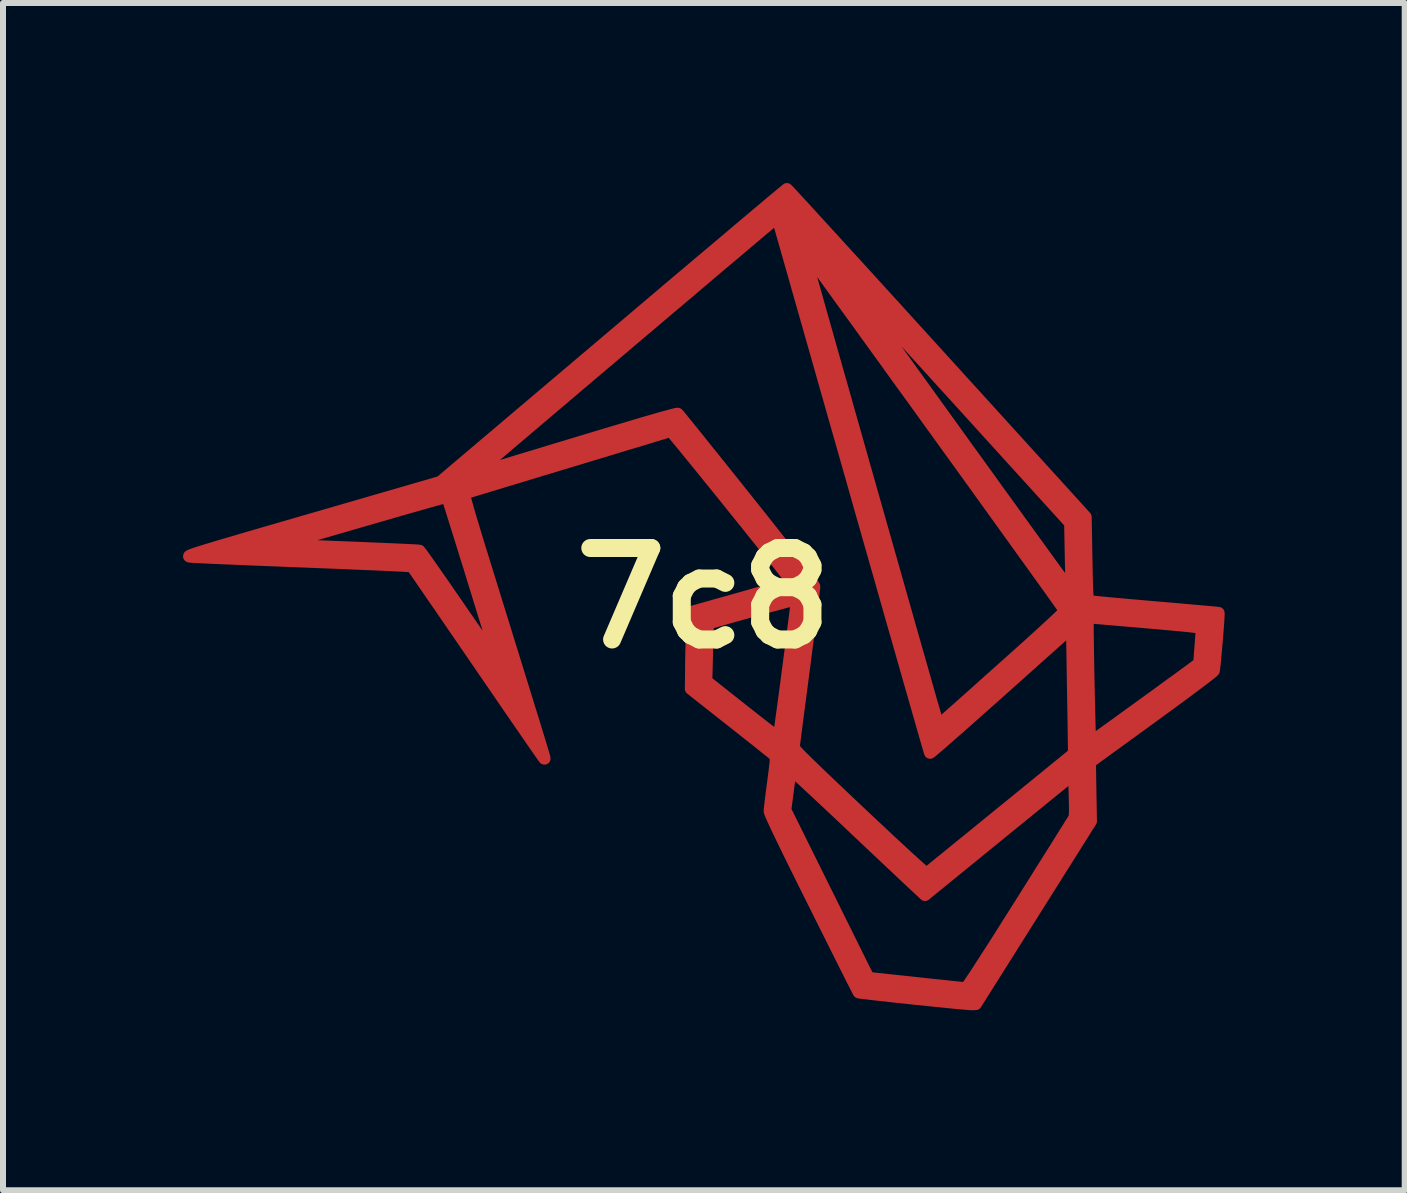
<source format=kicad_pcb>
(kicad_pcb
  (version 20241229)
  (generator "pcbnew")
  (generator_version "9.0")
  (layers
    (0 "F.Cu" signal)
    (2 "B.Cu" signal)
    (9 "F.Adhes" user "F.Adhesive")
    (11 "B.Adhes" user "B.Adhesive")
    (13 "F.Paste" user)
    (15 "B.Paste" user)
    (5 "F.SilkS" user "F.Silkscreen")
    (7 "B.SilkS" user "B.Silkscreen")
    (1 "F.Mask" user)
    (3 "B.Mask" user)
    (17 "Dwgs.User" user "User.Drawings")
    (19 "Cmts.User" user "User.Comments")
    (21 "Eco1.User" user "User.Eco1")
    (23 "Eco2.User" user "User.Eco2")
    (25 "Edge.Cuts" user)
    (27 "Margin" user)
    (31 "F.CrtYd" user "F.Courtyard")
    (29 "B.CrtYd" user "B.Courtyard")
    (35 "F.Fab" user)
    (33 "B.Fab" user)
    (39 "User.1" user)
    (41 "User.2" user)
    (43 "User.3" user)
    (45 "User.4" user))
  (footprint "7c8"
    (layer "F.Cu")
    (at 8.673 6.916)
    (property "Reference" "7c8" (at 0 0 0) (layer "F.SilkS") (effects (font (size 1.524 1.524) (thickness 0.3))))
    (attr through_hole)
    (fp_poly (pts (xy 1.402 -6.803) (xy 1.436 -6.767) (xy 1.491 -6.708) (xy 1.565 -6.627) (xy 1.659 -6.526) (xy 1.769 -6.405) (xy 1.896 -6.266) (xy 2.039 -6.11) (xy 2.196 -5.938) (xy 2.367 -5.751) (xy 2.55 -5.551) (xy 2.744 -5.338) (xy 2.949 -5.113) (xy 3.163 -4.878) (xy 3.385 -4.634) (xy 3.614 -4.382) (xy 3.849 -4.123) (xy 3.885 -4.084) (xy 6.367 -1.353) (xy 6.369 -1.248) (xy 6.37 -1.206) (xy 6.371 -1.135) (xy 6.373 -1.04) (xy 6.375 -0.925) (xy 6.377 -0.796) (xy 6.38 -0.657) (xy 6.382 -0.554) (xy 6.385 -0.383) (xy 6.389 -0.244) (xy 6.393 -0.135) (xy 6.397 -0.053) (xy 6.402 0.003) (xy 6.407 0.036) (xy 6.413 0.048) (xy 6.433 0.051) (xy 6.484 0.057) (xy 6.562 0.066) (xy 6.666 0.076) (xy 6.792 0.088) (xy 6.937 0.101) (xy 7.099 0.116) (xy 7.274 0.131) (xy 7.459 0.147) (xy 7.505 0.151) (xy 7.692 0.167) (xy 7.869 0.182) (xy 8.032 0.197) (xy 8.18 0.21) (xy 8.309 0.221) (xy 8.417 0.231) (xy 8.5 0.238) (xy 8.556 0.244) (xy 8.581 0.247) (xy 8.582 0.247) (xy 8.583 0.265) (xy 8.581 0.311) (xy 8.577 0.381) (xy 8.571 0.469) (xy 8.563 0.569) (xy 8.554 0.678) (xy 8.545 0.788) (xy 8.535 0.896) (xy 8.526 0.996) (xy 8.518 1.083) (xy 8.51 1.152) (xy 8.504 1.197) (xy 8.501 1.212) (xy 8.485 1.227) (xy 8.445 1.261) (xy 8.38 1.311) (xy 8.295 1.376) (xy 8.191 1.454) (xy 8.071 1.544) (xy 7.936 1.644) (xy 7.789 1.752) (xy 7.631 1.867) (xy 7.466 1.988) (xy 7.463 1.99) (xy 6.438 2.734) (xy 6.446 3.225) (xy 6.455 3.717) (xy 5.496 5.241) (xy 4.536 6.765) (xy 4.474 6.767) (xy 4.445 6.766) (xy 4.387 6.761) (xy 4.301 6.754) (xy 4.191 6.744) (xy 4.062 6.731) (xy 3.915 6.716) (xy 3.755 6.7) (xy 3.585 6.682) (xy 3.502 6.674) (xy 3.33 6.655) (xy 3.168 6.638) (xy 3.02 6.621) (xy 2.889 6.607) (xy 2.777 6.594) (xy 2.688 6.583) (xy 2.624 6.576) (xy 2.59 6.571) (xy 2.585 6.569) (xy 2.576 6.553) (xy 2.554 6.509) (xy 2.518 6.439) (xy 2.47 6.345) (xy 2.412 6.228) (xy 2.343 6.092) (xy 2.266 5.937) (xy 2.181 5.767) (xy 2.089 5.583) (xy 1.991 5.388) (xy 1.889 5.182) (xy 1.839 5.083) (xy 1.702 4.808) (xy 1.58 4.562) (xy 1.472 4.345) (xy 1.38 4.155) (xy 1.301 3.993) (xy 1.235 3.857) (xy 1.184 3.747) (xy 1.145 3.662) (xy 1.118 3.601) (xy 1.104 3.563) (xy 1.101 3.55) (xy 1.103 3.531) (xy 1.362 3.531) (xy 2.054 4.927) (xy 2.155 5.131) (xy 2.251 5.325) (xy 2.342 5.508) (xy 2.426 5.678) (xy 2.503 5.834) (xy 2.571 5.971) (xy 2.63 6.09) (xy 2.678 6.187) (xy 2.715 6.26) (xy 2.739 6.307) (xy 2.748 6.327) (xy 2.749 6.327) (xy 2.765 6.329) (xy 2.812 6.335) (xy 2.884 6.343) (xy 2.978 6.353) (xy 3.089 6.365) (xy 3.215 6.379) (xy 3.35 6.393) (xy 3.491 6.408) (xy 3.634 6.424) (xy 3.775 6.439) (xy 3.91 6.453) (xy 4.035 6.466) (xy 4.146 6.478) (xy 4.239 6.488) (xy 4.31 6.495) (xy 4.355 6.499) (xy 4.369 6.5) (xy 4.382 6.486) (xy 4.413 6.444) (xy 4.46 6.375) (xy 4.524 6.28) (xy 4.603 6.158) (xy 4.697 6.012) (xy 4.807 5.842) (xy 4.93 5.649) (xy 5.066 5.433) (xy 5.216 5.196) (xy 5.275 5.103) (xy 5.4 4.904) (xy 5.52 4.713) (xy 5.633 4.532) (xy 5.74 4.362) (xy 5.838 4.207) (xy 5.926 4.066) (xy 6.002 3.944) (xy 6.067 3.841) (xy 6.117 3.76) (xy 6.153 3.703) (xy 6.172 3.671) (xy 6.176 3.666) (xy 6.183 3.642) (xy 6.187 3.6) (xy 6.189 3.534) (xy 6.188 3.443) (xy 6.185 3.323) (xy 6.184 3.278) (xy 6.172 2.926) (xy 4.931 3.936) (xy 3.69 4.947) (xy 3.509 4.778) (xy 3.467 4.739) (xy 3.402 4.678) (xy 3.318 4.599) (xy 3.217 4.503) (xy 3.1 4.394) (xy 2.971 4.272) (xy 2.832 4.141) (xy 2.685 4.002) (xy 2.533 3.859) (xy 2.396 3.729) (xy 2.247 3.588) (xy 2.105 3.455) (xy 1.972 3.33) (xy 1.85 3.216) (xy 1.741 3.115) (xy 1.647 3.027) (xy 1.57 2.956) (xy 1.511 2.902) (xy 1.473 2.869) (xy 1.458 2.856) (xy 1.457 2.856) (xy 1.453 2.874) (xy 1.445 2.92) (xy 1.435 2.99) (xy 1.422 3.078) (xy 1.408 3.179) (xy 1.406 3.197) (xy 1.362 3.531) (xy 1.103 3.531) (xy 1.104 3.519) (xy 1.11 3.459) (xy 1.12 3.377) (xy 1.132 3.277) (xy 1.147 3.164) (xy 1.159 3.073) (xy 1.176 2.941) (xy 1.189 2.838) (xy 1.198 2.761) (xy 1.202 2.706) (xy 1.203 2.668) (xy 1.201 2.643) (xy 1.195 2.629) (xy 1.191 2.625) (xy 1.174 2.61) (xy 1.132 2.575) (xy 1.069 2.525) (xy 0.987 2.459) (xy 0.889 2.381) (xy 0.777 2.292) (xy 0.654 2.195) (xy 0.523 2.091) (xy 0.478 2.056) (xy -0.212 1.512) (xy -0.21 1.383) (xy 0.046 1.383) (xy 0.645 1.857) (xy 0.787 1.969) (xy 0.904 2.061) (xy 1 2.136) (xy 1.076 2.195) (xy 1.135 2.239) (xy 1.179 2.27) (xy 1.21 2.29) (xy 1.231 2.3) (xy 1.245 2.302) (xy 1.252 2.298) (xy 1.256 2.29) (xy 1.257 2.287) (xy 1.262 2.263) (xy 1.27 2.209) (xy 1.282 2.126) (xy 1.296 2.019) (xy 1.314 1.89) (xy 1.334 1.742) (xy 1.356 1.578) (xy 1.38 1.4) (xy 1.404 1.213) (xy 1.414 1.139) (xy 1.439 0.949) (xy 1.462 0.769) (xy 1.484 0.602) (xy 1.503 0.45) (xy 1.52 0.317) (xy 1.535 0.205) (xy 1.546 0.117) (xy 1.554 0.055) (xy 1.557 0.023) (xy 1.558 0.02) (xy 1.542 0.022) (xy 1.498 0.032) (xy 1.429 0.05) (xy 1.339 0.073) (xy 1.233 0.102) (xy 1.113 0.134) (xy 0.985 0.168) (xy 0.852 0.205) (xy 0.717 0.242) (xy 0.586 0.278) (xy 0.461 0.313) (xy 0.348 0.345) (xy 0.249 0.374) (xy 0.168 0.397) (xy 0.111 0.415) (xy 0.079 0.425) (xy 0.075 0.427) (xy 0.073 0.445) (xy 0.071 0.492) (xy 0.068 0.564) (xy 0.065 0.657) (xy 0.062 0.767) (xy 0.058 0.889) (xy 0.058 0.908) (xy 0.046 1.383) (xy -0.21 1.383) (xy -0.208 1.192) (xy -0.207 1.06) (xy -0.204 0.909) (xy -0.2 0.754) (xy -0.196 0.61) (xy -0.194 0.548) (xy -0.183 0.225) (xy 0.654 -0.01) (xy 0.815 -0.056) (xy 0.966 -0.099) (xy 1.104 -0.139) (xy 1.225 -0.175) (xy 1.327 -0.205) (xy 1.406 -0.229) (xy 1.459 -0.247) (xy 1.484 -0.256) (xy 1.486 -0.257) (xy 1.474 -0.275) (xy 1.442 -0.317) (xy 1.393 -0.38) (xy 1.328 -0.463) (xy 1.25 -0.563) (xy 1.159 -0.677) (xy 1.057 -0.805) (xy 0.947 -0.943) (xy 0.83 -1.089) (xy 0.708 -1.242) (xy 0.582 -1.398) (xy 0.455 -1.556) (xy 0.328 -1.714) (xy 0.203 -1.869) (xy 0.081 -2.019) (xy -0.034 -2.162) (xy -0.143 -2.295) (xy -0.242 -2.417) (xy -0.331 -2.526) (xy -0.407 -2.618) (xy -0.468 -2.692) (xy -0.513 -2.746) (xy -0.541 -2.777) (xy -0.548 -2.785) (xy -0.567 -2.779) (xy -0.616 -2.764) (xy -0.692 -2.741) (xy -0.795 -2.71) (xy -0.922 -2.671) (xy -1.07 -2.626) (xy -1.238 -2.576) (xy -1.423 -2.52) (xy -1.623 -2.459) (xy -1.836 -2.395) (xy -2.059 -2.327) (xy -2.252 -2.269) (xy -2.484 -2.199) (xy -2.707 -2.132) (xy -2.919 -2.067) (xy -3.117 -2.007) (xy -3.301 -1.952) (xy -3.467 -1.901) (xy -3.613 -1.857) (xy -3.738 -1.819) (xy -3.838 -1.789) (xy -3.913 -1.766) (xy -3.958 -1.752) (xy -3.973 -1.748) (xy -3.978 -1.745) (xy -3.981 -1.74) (xy -3.983 -1.73) (xy -3.982 -1.715) (xy -3.979 -1.692) (xy -3.972 -1.659) (xy -3.961 -1.616) (xy -3.946 -1.561) (xy -3.927 -1.491) (xy -3.902 -1.406) (xy -3.872 -1.304) (xy -3.835 -1.182) (xy -3.792 -1.04) (xy -3.742 -0.876) (xy -3.684 -0.688) (xy -3.618 -0.475) (xy -3.543 -0.234) (xy -3.46 0.035) (xy -3.367 0.335) (xy -3.342 0.415) (xy -3.244 0.732) (xy -3.155 1.019) (xy -3.075 1.277) (xy -3.004 1.506) (xy -2.941 1.71) (xy -2.886 1.889) (xy -2.837 2.044) (xy -2.796 2.179) (xy -2.761 2.293) (xy -2.732 2.389) (xy -2.708 2.468) (xy -2.689 2.531) (xy -2.674 2.581) (xy -2.663 2.618) (xy -2.656 2.645) (xy -2.652 2.662) (xy -2.65 2.672) (xy -2.65 2.675) (xy -2.653 2.674) (xy -2.656 2.67) (xy -2.66 2.665) (xy -2.664 2.659) (xy -2.665 2.657) (xy -2.678 2.64) (xy -2.708 2.597) (xy -2.755 2.53) (xy -2.817 2.44) (xy -2.894 2.329) (xy -2.983 2.2) (xy -3.084 2.053) (xy -3.196 1.891) (xy -3.317 1.715) (xy -3.445 1.527) (xy -3.581 1.33) (xy -3.722 1.124) (xy -3.767 1.058) (xy -3.909 0.851) (xy -4.046 0.651) (xy -4.177 0.461) (xy -4.299 0.282) (xy -4.413 0.116) (xy -4.517 -0.034) (xy -4.609 -0.169) (xy -4.689 -0.284) (xy -4.754 -0.38) (xy -4.805 -0.453) (xy -4.839 -0.503) (xy -4.856 -0.527) (xy -4.858 -0.529) (xy -4.876 -0.531) (xy -4.926 -0.534) (xy -5.005 -0.539) (xy -5.111 -0.544) (xy -5.242 -0.551) (xy -5.397 -0.558) (xy -5.571 -0.565) (xy -5.764 -0.573) (xy -5.974 -0.582) (xy -6.197 -0.591) (xy -6.431 -0.6) (xy -6.672 -0.61) (xy -6.918 -0.619) (xy -7.156 -0.629) (xy -7.382 -0.638) (xy -7.596 -0.646) (xy -7.795 -0.655) (xy -7.975 -0.662) (xy -8.136 -0.669) (xy -8.274 -0.675) (xy -8.388 -0.681) (xy -8.475 -0.685) (xy -8.532 -0.689) (xy -8.557 -0.691) (xy -8.568 -0.693) (xy -8.573 -0.696) (xy -8.571 -0.701) (xy -8.562 -0.707) (xy -8.542 -0.716) (xy -8.511 -0.728) (xy -8.467 -0.743) (xy -8.409 -0.762) (xy -8.335 -0.785) (xy -8.243 -0.813) (xy -8.132 -0.847) (xy -8 -0.886) (xy -7.99 -0.889) (xy -7.053 -0.889) (xy -5.904 -0.844) (xy -5.71 -0.836) (xy -5.525 -0.828) (xy -5.353 -0.821) (xy -5.196 -0.814) (xy -5.057 -0.808) (xy -4.94 -0.802) (xy -4.846 -0.798) (xy -4.779 -0.794) (xy -4.742 -0.791) (xy -4.734 -0.79) (xy -4.722 -0.775) (xy -4.691 -0.735) (xy -4.645 -0.671) (xy -4.585 -0.586) (xy -4.512 -0.482) (xy -4.428 -0.361) (xy -4.334 -0.227) (xy -4.233 -0.08) (xy -4.125 0.076) (xy -4.063 0.166) (xy -3.953 0.326) (xy -3.849 0.477) (xy -3.752 0.618) (xy -3.664 0.745) (xy -3.586 0.857) (xy -3.521 0.951) (xy -3.469 1.026) (xy -3.431 1.078) (xy -3.411 1.106) (xy -3.407 1.11) (xy -3.411 1.093) (xy -3.425 1.047) (xy -3.447 0.973) (xy -3.477 0.873) (xy -3.514 0.751) (xy -3.558 0.608) (xy -3.607 0.446) (xy -3.662 0.269) (xy -3.721 0.078) (xy -3.783 -0.124) (xy -3.834 -0.287) (xy -3.898 -0.497) (xy -3.961 -0.697) (xy -4.019 -0.885) (xy -4.073 -1.059) (xy -4.123 -1.217) (xy -4.166 -1.356) (xy -4.203 -1.473) (xy -4.233 -1.568) (xy -4.255 -1.636) (xy -4.268 -1.677) (xy -4.272 -1.687) (xy -4.289 -1.683) (xy -4.336 -1.671) (xy -4.411 -1.651) (xy -4.511 -1.623) (xy -4.635 -1.588) (xy -4.779 -1.547) (xy -4.941 -1.501) (xy -5.119 -1.45) (xy -5.311 -1.394) (xy -5.513 -1.336) (xy -5.666 -1.292) (xy -7.053 -0.889) (xy -7.99 -0.889) (xy -7.845 -0.931) (xy -7.667 -0.984) (xy -7.464 -1.043) (xy -7.233 -1.11) (xy -6.974 -1.185) (xy -6.685 -1.269) (xy -6.512 -1.319) (xy -4.384 -1.936) (xy -4.221 -2.075) (xy -3.803 -2.075) (xy -3.802 -2.07) (xy -3.802 -2.07) (xy -3.783 -2.076) (xy -3.735 -2.091) (xy -3.658 -2.115) (xy -3.556 -2.146) (xy -3.43 -2.185) (xy -3.282 -2.23) (xy -3.115 -2.281) (xy -2.93 -2.337) (xy -2.731 -2.397) (xy -2.518 -2.462) (xy -2.295 -2.529) (xy -2.118 -2.583) (xy -1.806 -2.677) (xy -1.526 -2.761) (xy -1.277 -2.835) (xy -1.06 -2.9) (xy -0.875 -2.954) (xy -0.722 -2.998) (xy -0.601 -3.031) (xy -0.512 -3.055) (xy -0.455 -3.069) (xy -0.431 -3.072) (xy -0.43 -3.072) (xy -0.416 -3.057) (xy -0.383 -3.017) (xy -0.332 -2.954) (xy -0.264 -2.87) (xy -0.18 -2.766) (xy -0.082 -2.645) (xy 0.028 -2.507) (xy 0.15 -2.356) (xy 0.282 -2.191) (xy 0.422 -2.016) (xy 0.569 -1.832) (xy 0.719 -1.644) (xy 0.917 -1.396) (xy 1.094 -1.173) (xy 1.25 -0.975) (xy 1.387 -0.802) (xy 1.505 -0.651) (xy 1.605 -0.523) (xy 1.686 -0.417) (xy 1.75 -0.332) (xy 1.797 -0.268) (xy 1.828 -0.223) (xy 1.844 -0.196) (xy 1.846 -0.19) (xy 1.844 -0.167) (xy 1.837 -0.113) (xy 1.827 -0.031) (xy 1.814 0.077) (xy 1.797 0.208) (xy 1.778 0.359) (xy 1.757 0.527) (xy 1.733 0.711) (xy 1.707 0.906) (xy 1.681 1.111) (xy 1.676 1.149) (xy 1.649 1.356) (xy 1.623 1.553) (xy 1.599 1.739) (xy 1.576 1.91) (xy 1.556 2.064) (xy 1.539 2.198) (xy 1.524 2.31) (xy 1.513 2.396) (xy 1.506 2.455) (xy 1.502 2.484) (xy 1.502 2.485) (xy 1.506 2.496) (xy 1.519 2.515) (xy 1.543 2.544) (xy 1.579 2.583) (xy 1.629 2.634) (xy 1.693 2.698) (xy 1.774 2.777) (xy 1.872 2.872) (xy 1.988 2.984) (xy 2.125 3.114) (xy 2.283 3.264) (xy 2.463 3.435) (xy 2.599 3.563) (xy 2.777 3.731) (xy 2.944 3.887) (xy 3.098 4.032) (xy 3.239 4.162) (xy 3.364 4.278) (xy 3.473 4.377) (xy 3.563 4.459) (xy 3.634 4.522) (xy 3.684 4.565) (xy 3.712 4.587) (xy 3.717 4.589) (xy 3.732 4.576) (xy 3.772 4.544) (xy 3.834 4.493) (xy 3.917 4.426) (xy 4.019 4.343) (xy 4.138 4.246) (xy 4.272 4.137) (xy 4.419 4.018) (xy 4.577 3.889) (xy 4.745 3.752) (xy 4.921 3.609) (xy 4.953 3.583) (xy 6.172 2.59) (xy 6.166 2.129) (xy 6.164 1.992) (xy 6.161 1.83) (xy 6.158 1.652) (xy 6.155 1.468) (xy 6.152 1.286) (xy 6.149 1.115) (xy 6.149 1.076) (xy 6.139 0.532) (xy 6.401 0.532) (xy 6.402 0.631) (xy 6.404 0.756) (xy 6.406 0.91) (xy 6.407 0.961) (xy 6.41 1.127) (xy 6.413 1.302) (xy 6.417 1.477) (xy 6.42 1.646) (xy 6.424 1.801) (xy 6.427 1.934) (xy 6.429 2.003) (xy 6.439 2.406) (xy 6.478 2.38) (xy 6.499 2.366) (xy 6.544 2.333) (xy 6.612 2.284) (xy 6.699 2.221) (xy 6.804 2.146) (xy 6.924 2.059) (xy 7.055 1.964) (xy 7.196 1.862) (xy 7.327 1.767) (xy 7.475 1.66) (xy 7.617 1.557) (xy 7.749 1.46) (xy 7.87 1.373) (xy 7.975 1.296) (xy 8.064 1.231) (xy 8.132 1.181) (xy 8.178 1.147) (xy 8.198 1.132) (xy 8.259 1.084) (xy 8.28 0.809) (xy 8.287 0.714) (xy 8.293 0.631) (xy 8.298 0.564) (xy 8.302 0.521) (xy 8.303 0.509) (xy 8.299 0.503) (xy 8.283 0.497) (xy 8.254 0.491) (xy 8.209 0.483) (xy 8.146 0.475) (xy 8.061 0.466) (xy 7.954 0.455) (xy 7.82 0.443) (xy 7.659 0.428) (xy 7.467 0.411) (xy 7.383 0.404) (xy 7.209 0.389) (xy 7.044 0.375) (xy 6.892 0.362) (xy 6.757 0.35) (xy 6.64 0.34) (xy 6.546 0.332) (xy 6.477 0.326) (xy 6.437 0.323) (xy 6.428 0.323) (xy 6.42 0.324) (xy 6.414 0.329) (xy 6.409 0.342) (xy 6.405 0.365) (xy 6.403 0.403) (xy 6.401 0.457) (xy 6.401 0.532) (xy 6.139 0.532) (xy 6.138 0.485) (xy 4.961 1.537) (xy 4.791 1.688) (xy 4.628 1.833) (xy 4.474 1.97) (xy 4.331 2.097) (xy 4.2 2.212) (xy 4.083 2.314) (xy 3.983 2.402) (xy 3.9 2.474) (xy 3.836 2.528) (xy 3.794 2.563) (xy 3.775 2.577) (xy 3.774 2.577) (xy 3.769 2.56) (xy 3.754 2.512) (xy 3.731 2.433) (xy 3.7 2.326) (xy 3.662 2.192) (xy 3.616 2.032) (xy 3.563 1.847) (xy 3.503 1.639) (xy 3.437 1.409) (xy 3.366 1.159) (xy 3.289 0.889) (xy 3.206 0.6) (xy 3.119 0.296) (xy 3.028 -0.024) (xy 2.933 -0.359) (xy 2.834 -0.706) (xy 2.732 -1.064) (xy 2.627 -1.432) (xy 2.52 -1.809) (xy 2.498 -1.888) (xy 2.39 -2.267) (xy 2.285 -2.637) (xy 2.182 -2.997) (xy 2.083 -3.346) (xy 1.987 -3.683) (xy 1.896 -4.006) (xy 1.808 -4.313) (xy 1.725 -4.605) (xy 1.647 -4.878) (xy 1.575 -5.132) (xy 1.509 -5.366) (xy 1.448 -5.578) (xy 1.394 -5.768) (xy 1.37 -5.854) (xy 1.649 -5.854) (xy 1.653 -5.837) (xy 1.666 -5.79) (xy 1.687 -5.714) (xy 1.716 -5.61) (xy 1.753 -5.48) (xy 1.796 -5.327) (xy 1.846 -5.151) (xy 1.901 -4.954) (xy 1.962 -4.738) (xy 2.028 -4.506) (xy 2.098 -4.257) (xy 2.172 -3.995) (xy 2.25 -3.721) (xy 2.331 -3.436) (xy 2.414 -3.142) (xy 2.499 -2.842) (xy 2.586 -2.536) (xy 2.673 -2.227) (xy 2.762 -1.915) (xy 2.85 -1.604) (xy 2.938 -1.294) (xy 3.025 -0.987) (xy 3.111 -0.685) (xy 3.195 -0.39) (xy 3.276 -0.103) (xy 3.355 0.174) (xy 3.43 0.44) (xy 3.502 0.692) (xy 3.569 0.928) (xy 3.632 1.148) (xy 3.689 1.349) (xy 3.741 1.531) (xy 3.786 1.69) (xy 3.825 1.825) (xy 3.857 1.935) (xy 3.881 2.018) (xy 3.896 2.073) (xy 3.904 2.097) (xy 3.904 2.097) (xy 3.905 2.102) (xy 3.905 2.107) (xy 3.907 2.11) (xy 3.911 2.11) (xy 3.92 2.106) (xy 3.934 2.096) (xy 3.956 2.079) (xy 3.987 2.053) (xy 4.028 2.018) (xy 4.081 1.972) (xy 4.147 1.913) (xy 4.229 1.841) (xy 4.328 1.753) (xy 4.445 1.649) (xy 4.581 1.527) (xy 4.739 1.385) (xy 4.92 1.224) (xy 5.021 1.134) (xy 5.23 0.947) (xy 5.416 0.78) (xy 5.577 0.634) (xy 5.713 0.509) (xy 5.825 0.406) (xy 5.912 0.324) (xy 5.974 0.264) (xy 6.01 0.225) (xy 6.021 0.209) (xy 6.021 0.209) (xy 6.01 0.193) (xy 5.981 0.151) (xy 5.934 0.085) (xy 5.871 -0.004) (xy 5.792 -0.115) (xy 5.699 -0.245) (xy 5.592 -0.393) (xy 5.474 -0.558) (xy 5.344 -0.738) (xy 5.205 -0.932) (xy 5.056 -1.139) (xy 4.9 -1.356) (xy 4.737 -1.582) (xy 4.569 -1.816) (xy 4.396 -2.056) (xy 4.22 -2.3) (xy 4.041 -2.548) (xy 3.861 -2.798) (xy 3.681 -3.047) (xy 3.502 -3.296) (xy 3.324 -3.541) (xy 3.15 -3.782) (xy 2.981 -4.017) (xy 2.816 -4.245) (xy 2.658 -4.464) (xy 2.507 -4.673) (xy 2.365 -4.869) (xy 2.232 -5.052) (xy 2.111 -5.22) (xy 2.001 -5.372) (xy 1.905 -5.503) (xy 2.239 -5.503) (xy 2.24 -5.501) (xy 2.244 -5.494) (xy 2.252 -5.482) (xy 2.265 -5.463) (xy 2.283 -5.437) (xy 2.307 -5.402) (xy 2.339 -5.358) (xy 2.378 -5.303) (xy 2.426 -5.236) (xy 2.483 -5.156) (xy 2.55 -5.063) (xy 2.628 -4.955) (xy 2.717 -4.83) (xy 2.819 -4.689) (xy 2.934 -4.529) (xy 3.062 -4.351) (xy 3.205 -4.152) (xy 3.364 -3.932) (xy 3.538 -3.69) (xy 3.73 -3.424) (xy 3.939 -3.134) (xy 4.166 -2.819) (xy 4.394 -2.502) (xy 4.578 -2.248) (xy 4.756 -2.001) (xy 4.927 -1.763) (xy 5.092 -1.536) (xy 5.247 -1.32) (xy 5.394 -1.117) (xy 5.53 -0.929) (xy 5.655 -0.757) (xy 5.767 -0.602) (xy 5.866 -0.465) (xy 5.951 -0.349) (xy 6.02 -0.254) (xy 6.073 -0.182) (xy 6.108 -0.134) (xy 6.125 -0.112) (xy 6.126 -0.11) (xy 6.127 -0.127) (xy 6.127 -0.174) (xy 6.127 -0.248) (xy 6.125 -0.343) (xy 6.124 -0.456) (xy 6.121 -0.583) (xy 6.119 -0.683) (xy 6.108 -1.251) (xy 4.196 -3.356) (xy 3.988 -3.584) (xy 3.787 -3.806) (xy 3.592 -4.02) (xy 3.406 -4.225) (xy 3.229 -4.419) (xy 3.063 -4.602) (xy 2.909 -4.771) (xy 2.768 -4.926) (xy 2.642 -5.065) (xy 2.53 -5.187) (xy 2.436 -5.291) (xy 2.359 -5.375) (xy 2.302 -5.438) (xy 2.265 -5.478) (xy 2.249 -5.495) (xy 2.249 -5.495) (xy 2.245 -5.499) (xy 2.241 -5.502) (xy 2.239 -5.503) (xy 1.905 -5.503) (xy 1.904 -5.506) (xy 1.82 -5.62) (xy 1.752 -5.714) (xy 1.701 -5.784) (xy 1.666 -5.831) (xy 1.65 -5.853) (xy 1.649 -5.854) (xy 1.37 -5.854) (xy 1.347 -5.932) (xy 1.308 -6.071) (xy 1.276 -6.183) (xy 1.252 -6.267) (xy 1.236 -6.321) (xy 1.23 -6.344) (xy 1.229 -6.345) (xy 1.216 -6.334) (xy 1.179 -6.304) (xy 1.119 -6.253) (xy 1.038 -6.185) (xy 0.936 -6.1) (xy 0.817 -5.999) (xy 0.681 -5.884) (xy 0.53 -5.756) (xy 0.365 -5.617) (xy 0.187 -5.467) (xy -0.000415 -5.308) (xy -0.197 -5.141) (xy -0.402 -4.968) (xy -0.613 -4.79) (xy -0.828 -4.607) (xy -1.047 -4.422) (xy -1.267 -4.236) (xy -1.487 -4.049) (xy -1.706 -3.864) (xy -1.922 -3.681) (xy -2.133 -3.502) (xy -2.339 -3.327) (xy -2.536 -3.16) (xy -2.725 -2.999) (xy -2.904 -2.848) (xy -3.07 -2.707) (xy -3.223 -2.577) (xy -3.36 -2.46) (xy -3.481 -2.357) (xy -3.584 -2.269) (xy -3.667 -2.198) (xy -3.73 -2.145) (xy -3.769 -2.11) (xy -3.785 -2.097) (xy -3.803 -2.075) (xy -4.221 -2.075) (xy -1.504 -4.376) (xy -1.233 -4.605) (xy -0.969 -4.829) (xy -0.713 -5.046) (xy -0.466 -5.255) (xy -0.229 -5.455) (xy -0.003 -5.646) (xy 0.21 -5.825) (xy 0.409 -5.993) (xy 0.593 -6.149) (xy 0.761 -6.29) (xy 0.911 -6.417) (xy 1.044 -6.528) (xy 1.156 -6.623) (xy 1.248 -6.699) (xy 1.318 -6.758) (xy 1.365 -6.796) (xy 1.387 -6.814) (xy 1.389 -6.816) (xy 1.402 -6.803)) (stroke (width 0.2) (type solid)) (fill yes) (layer "F.Cu"))
    (fp_poly (pts (xy 1.402 -6.803) (xy 1.436 -6.767) (xy 1.491 -6.708) (xy 1.565 -6.627) (xy 1.659 -6.526) (xy 1.769 -6.405) (xy 1.896 -6.266) (xy 2.039 -6.11) (xy 2.196 -5.938) (xy 2.367 -5.751) (xy 2.55 -5.551) (xy 2.744 -5.338) (xy 2.949 -5.113) (xy 3.163 -4.878) (xy 3.385 -4.634) (xy 3.614 -4.382) (xy 3.849 -4.123) (xy 3.885 -4.084) (xy 6.367 -1.353) (xy 6.369 -1.248) (xy 6.37 -1.206) (xy 6.371 -1.135) (xy 6.373 -1.04) (xy 6.375 -0.925) (xy 6.377 -0.796) (xy 6.38 -0.657) (xy 6.382 -0.554) (xy 6.385 -0.383) (xy 6.389 -0.244) (xy 6.393 -0.135) (xy 6.397 -0.053) (xy 6.402 0.003) (xy 6.407 0.036) (xy 6.413 0.048) (xy 6.433 0.051) (xy 6.484 0.057) (xy 6.562 0.066) (xy 6.666 0.076) (xy 6.792 0.088) (xy 6.937 0.101) (xy 7.099 0.116) (xy 7.274 0.131) (xy 7.459 0.147) (xy 7.505 0.151) (xy 7.692 0.167) (xy 7.869 0.182) (xy 8.032 0.197) (xy 8.18 0.21) (xy 8.309 0.221) (xy 8.417 0.231) (xy 8.5 0.238) (xy 8.556 0.244) (xy 8.581 0.247) (xy 8.582 0.247) (xy 8.583 0.265) (xy 8.581 0.311) (xy 8.577 0.381) (xy 8.571 0.469) (xy 8.563 0.569) (xy 8.554 0.678) (xy 8.545 0.788) (xy 8.535 0.896) (xy 8.526 0.996) (xy 8.518 1.083) (xy 8.51 1.152) (xy 8.504 1.197) (xy 8.501 1.212) (xy 8.485 1.227) (xy 8.445 1.261) (xy 8.38 1.311) (xy 8.295 1.376) (xy 8.191 1.454) (xy 8.071 1.544) (xy 7.936 1.644) (xy 7.789 1.752) (xy 7.631 1.867) (xy 7.466 1.988) (xy 7.463 1.99) (xy 6.438 2.734) (xy 6.446 3.225) (xy 6.455 3.717) (xy 5.496 5.241) (xy 4.536 6.765) (xy 4.474 6.767) (xy 4.445 6.766) (xy 4.387 6.761) (xy 4.301 6.754) (xy 4.191 6.744) (xy 4.062 6.731) (xy 3.915 6.716) (xy 3.755 6.7) (xy 3.585 6.682) (xy 3.502 6.674) (xy 3.33 6.655) (xy 3.168 6.638) (xy 3.02 6.621) (xy 2.889 6.607) (xy 2.777 6.594) (xy 2.688 6.583) (xy 2.624 6.576) (xy 2.59 6.571) (xy 2.585 6.569) (xy 2.576 6.553) (xy 2.554 6.509) (xy 2.518 6.439) (xy 2.47 6.345) (xy 2.412 6.228) (xy 2.343 6.092) (xy 2.266 5.937) (xy 2.181 5.767) (xy 2.089 5.583) (xy 1.991 5.388) (xy 1.889 5.182) (xy 1.839 5.083) (xy 1.702 4.808) (xy 1.58 4.562) (xy 1.472 4.345) (xy 1.38 4.155) (xy 1.301 3.993) (xy 1.235 3.857) (xy 1.184 3.747) (xy 1.145 3.662) (xy 1.118 3.601) (xy 1.104 3.563) (xy 1.101 3.55) (xy 1.103 3.531) (xy 1.362 3.531) (xy 2.054 4.927) (xy 2.155 5.131) (xy 2.251 5.325) (xy 2.342 5.508) (xy 2.426 5.678) (xy 2.503 5.834) (xy 2.571 5.971) (xy 2.63 6.09) (xy 2.678 6.187) (xy 2.715 6.26) (xy 2.739 6.307) (xy 2.748 6.327) (xy 2.749 6.327) (xy 2.765 6.329) (xy 2.812 6.335) (xy 2.884 6.343) (xy 2.978 6.353) (xy 3.089 6.365) (xy 3.215 6.379) (xy 3.35 6.393) (xy 3.491 6.408) (xy 3.634 6.424) (xy 3.775 6.439) (xy 3.91 6.453) (xy 4.035 6.466) (xy 4.146 6.478) (xy 4.239 6.488) (xy 4.31 6.495) (xy 4.355 6.499) (xy 4.369 6.5) (xy 4.382 6.486) (xy 4.413 6.444) (xy 4.46 6.375) (xy 4.524 6.28) (xy 4.603 6.158) (xy 4.697 6.012) (xy 4.807 5.842) (xy 4.93 5.649) (xy 5.066 5.433) (xy 5.216 5.196) (xy 5.275 5.103) (xy 5.4 4.904) (xy 5.52 4.713) (xy 5.633 4.532) (xy 5.74 4.362) (xy 5.838 4.207) (xy 5.926 4.066) (xy 6.002 3.944) (xy 6.067 3.841) (xy 6.117 3.76) (xy 6.153 3.703) (xy 6.172 3.671) (xy 6.176 3.666) (xy 6.183 3.642) (xy 6.187 3.6) (xy 6.189 3.534) (xy 6.188 3.443) (xy 6.185 3.323) (xy 6.184 3.278) (xy 6.172 2.926) (xy 4.931 3.936) (xy 3.69 4.947) (xy 3.509 4.778) (xy 3.467 4.739) (xy 3.402 4.678) (xy 3.318 4.599) (xy 3.217 4.503) (xy 3.1 4.394) (xy 2.971 4.272) (xy 2.832 4.141) (xy 2.685 4.002) (xy 2.533 3.859) (xy 2.396 3.729) (xy 2.247 3.588) (xy 2.105 3.455) (xy 1.972 3.33) (xy 1.85 3.216) (xy 1.741 3.115) (xy 1.647 3.027) (xy 1.57 2.956) (xy 1.511 2.902) (xy 1.473 2.869) (xy 1.458 2.856) (xy 1.457 2.856) (xy 1.453 2.874) (xy 1.445 2.92) (xy 1.435 2.99) (xy 1.422 3.078) (xy 1.408 3.179) (xy 1.406 3.197) (xy 1.362 3.531) (xy 1.103 3.531) (xy 1.104 3.519) (xy 1.11 3.459) (xy 1.12 3.377) (xy 1.132 3.277) (xy 1.147 3.164) (xy 1.159 3.073) (xy 1.176 2.941) (xy 1.189 2.838) (xy 1.198 2.761) (xy 1.202 2.706) (xy 1.203 2.668) (xy 1.201 2.643) (xy 1.195 2.629) (xy 1.191 2.625) (xy 1.174 2.61) (xy 1.132 2.575) (xy 1.069 2.525) (xy 0.987 2.459) (xy 0.889 2.381) (xy 0.777 2.292) (xy 0.654 2.195) (xy 0.523 2.091) (xy 0.478 2.056) (xy -0.212 1.512) (xy -0.21 1.383) (xy 0.046 1.383) (xy 0.645 1.857) (xy 0.787 1.969) (xy 0.904 2.061) (xy 1 2.136) (xy 1.076 2.195) (xy 1.135 2.239) (xy 1.179 2.27) (xy 1.21 2.29) (xy 1.231 2.3) (xy 1.245 2.302) (xy 1.252 2.298) (xy 1.256 2.29) (xy 1.257 2.287) (xy 1.262 2.263) (xy 1.27 2.209) (xy 1.282 2.126) (xy 1.296 2.019) (xy 1.314 1.89) (xy 1.334 1.742) (xy 1.356 1.578) (xy 1.38 1.4) (xy 1.404 1.213) (xy 1.414 1.139) (xy 1.439 0.949) (xy 1.462 0.769) (xy 1.484 0.602) (xy 1.503 0.45) (xy 1.52 0.317) (xy 1.535 0.205) (xy 1.546 0.117) (xy 1.554 0.055) (xy 1.557 0.023) (xy 1.558 0.02) (xy 1.542 0.022) (xy 1.498 0.032) (xy 1.429 0.05) (xy 1.339 0.073) (xy 1.233 0.102) (xy 1.113 0.134) (xy 0.985 0.168) (xy 0.852 0.205) (xy 0.717 0.242) (xy 0.586 0.278) (xy 0.461 0.313) (xy 0.348 0.345) (xy 0.249 0.374) (xy 0.168 0.397) (xy 0.111 0.415) (xy 0.079 0.425) (xy 0.075 0.427) (xy 0.073 0.445) (xy 0.071 0.492) (xy 0.068 0.564) (xy 0.065 0.657) (xy 0.062 0.767) (xy 0.058 0.889) (xy 0.058 0.908) (xy 0.046 1.383) (xy -0.21 1.383) (xy -0.208 1.192) (xy -0.207 1.06) (xy -0.204 0.909) (xy -0.2 0.754) (xy -0.196 0.61) (xy -0.194 0.548) (xy -0.183 0.225) (xy 0.654 -0.01) (xy 0.815 -0.056) (xy 0.966 -0.099) (xy 1.104 -0.139) (xy 1.225 -0.175) (xy 1.327 -0.205) (xy 1.406 -0.229) (xy 1.459 -0.247) (xy 1.484 -0.256) (xy 1.486 -0.257) (xy 1.474 -0.275) (xy 1.442 -0.317) (xy 1.393 -0.38) (xy 1.328 -0.463) (xy 1.25 -0.563) (xy 1.159 -0.677) (xy 1.057 -0.805) (xy 0.947 -0.943) (xy 0.83 -1.089) (xy 0.708 -1.242) (xy 0.582 -1.398) (xy 0.455 -1.556) (xy 0.328 -1.714) (xy 0.203 -1.869) (xy 0.081 -2.019) (xy -0.034 -2.162) (xy -0.143 -2.295) (xy -0.242 -2.417) (xy -0.331 -2.526) (xy -0.407 -2.618) (xy -0.468 -2.692) (xy -0.513 -2.746) (xy -0.541 -2.777) (xy -0.548 -2.785) (xy -0.567 -2.779) (xy -0.616 -2.764) (xy -0.692 -2.741) (xy -0.795 -2.71) (xy -0.922 -2.671) (xy -1.07 -2.626) (xy -1.238 -2.576) (xy -1.423 -2.52) (xy -1.623 -2.459) (xy -1.836 -2.395) (xy -2.059 -2.327) (xy -2.252 -2.269) (xy -2.484 -2.199) (xy -2.707 -2.132) (xy -2.919 -2.067) (xy -3.117 -2.007) (xy -3.301 -1.952) (xy -3.467 -1.901) (xy -3.613 -1.857) (xy -3.738 -1.819) (xy -3.838 -1.789) (xy -3.913 -1.766) (xy -3.958 -1.752) (xy -3.973 -1.748) (xy -3.978 -1.745) (xy -3.981 -1.74) (xy -3.983 -1.73) (xy -3.982 -1.715) (xy -3.979 -1.692) (xy -3.972 -1.659) (xy -3.961 -1.616) (xy -3.946 -1.561) (xy -3.927 -1.491) (xy -3.902 -1.406) (xy -3.872 -1.304) (xy -3.835 -1.182) (xy -3.792 -1.04) (xy -3.742 -0.876) (xy -3.684 -0.688) (xy -3.618 -0.475) (xy -3.543 -0.234) (xy -3.46 0.035) (xy -3.367 0.335) (xy -3.342 0.415) (xy -3.244 0.732) (xy -3.155 1.019) (xy -3.075 1.277) (xy -3.004 1.506) (xy -2.941 1.71) (xy -2.886 1.889) (xy -2.837 2.044) (xy -2.796 2.179) (xy -2.761 2.293) (xy -2.732 2.389) (xy -2.708 2.468) (xy -2.689 2.531) (xy -2.674 2.581) (xy -2.663 2.618) (xy -2.656 2.645) (xy -2.652 2.662) (xy -2.65 2.672) (xy -2.65 2.675) (xy -2.653 2.674) (xy -2.656 2.67) (xy -2.66 2.665) (xy -2.664 2.659) (xy -2.665 2.657) (xy -2.678 2.64) (xy -2.708 2.597) (xy -2.755 2.53) (xy -2.817 2.44) (xy -2.894 2.329) (xy -2.983 2.2) (xy -3.084 2.053) (xy -3.196 1.891) (xy -3.317 1.715) (xy -3.445 1.527) (xy -3.581 1.33) (xy -3.722 1.124) (xy -3.767 1.058) (xy -3.909 0.851) (xy -4.046 0.651) (xy -4.177 0.461) (xy -4.299 0.282) (xy -4.413 0.116) (xy -4.517 -0.034) (xy -4.609 -0.169) (xy -4.689 -0.284) (xy -4.754 -0.38) (xy -4.805 -0.453) (xy -4.839 -0.503) (xy -4.856 -0.527) (xy -4.858 -0.529) (xy -4.876 -0.531) (xy -4.926 -0.534) (xy -5.005 -0.539) (xy -5.111 -0.544) (xy -5.242 -0.551) (xy -5.397 -0.558) (xy -5.571 -0.565) (xy -5.764 -0.573) (xy -5.974 -0.582) (xy -6.197 -0.591) (xy -6.431 -0.6) (xy -6.672 -0.61) (xy -6.918 -0.619) (xy -7.156 -0.629) (xy -7.382 -0.638) (xy -7.596 -0.646) (xy -7.795 -0.655) (xy -7.975 -0.662) (xy -8.136 -0.669) (xy -8.274 -0.675) (xy -8.388 -0.681) (xy -8.475 -0.685) (xy -8.532 -0.689) (xy -8.557 -0.691) (xy -8.568 -0.693) (xy -8.573 -0.696) (xy -8.571 -0.701) (xy -8.562 -0.707) (xy -8.542 -0.716) (xy -8.511 -0.728) (xy -8.467 -0.743) (xy -8.409 -0.762) (xy -8.335 -0.785) (xy -8.243 -0.813) (xy -8.132 -0.847) (xy -8 -0.886) (xy -7.99 -0.889) (xy -7.053 -0.889) (xy -5.904 -0.844) (xy -5.71 -0.836) (xy -5.525 -0.828) (xy -5.353 -0.821) (xy -5.196 -0.814) (xy -5.057 -0.808) (xy -4.94 -0.802) (xy -4.846 -0.798) (xy -4.779 -0.794) (xy -4.742 -0.791) (xy -4.734 -0.79) (xy -4.722 -0.775) (xy -4.691 -0.735) (xy -4.645 -0.671) (xy -4.585 -0.586) (xy -4.512 -0.482) (xy -4.428 -0.361) (xy -4.334 -0.227) (xy -4.233 -0.08) (xy -4.125 0.076) (xy -4.063 0.166) (xy -3.953 0.326) (xy -3.849 0.477) (xy -3.752 0.618) (xy -3.664 0.745) (xy -3.586 0.857) (xy -3.521 0.951) (xy -3.469 1.026) (xy -3.431 1.078) (xy -3.411 1.106) (xy -3.407 1.11) (xy -3.411 1.093) (xy -3.425 1.047) (xy -3.447 0.973) (xy -3.477 0.873) (xy -3.514 0.751) (xy -3.558 0.608) (xy -3.607 0.446) (xy -3.662 0.269) (xy -3.721 0.078) (xy -3.783 -0.124) (xy -3.834 -0.287) (xy -3.898 -0.497) (xy -3.961 -0.697) (xy -4.019 -0.885) (xy -4.073 -1.059) (xy -4.123 -1.217) (xy -4.166 -1.356) (xy -4.203 -1.473) (xy -4.233 -1.568) (xy -4.255 -1.636) (xy -4.268 -1.677) (xy -4.272 -1.687) (xy -4.289 -1.683) (xy -4.336 -1.671) (xy -4.411 -1.651) (xy -4.511 -1.623) (xy -4.635 -1.588) (xy -4.779 -1.547) (xy -4.941 -1.501) (xy -5.119 -1.45) (xy -5.311 -1.394) (xy -5.513 -1.336) (xy -5.666 -1.292) (xy -7.053 -0.889) (xy -7.99 -0.889) (xy -7.845 -0.931) (xy -7.667 -0.984) (xy -7.464 -1.043) (xy -7.233 -1.11) (xy -6.974 -1.185) (xy -6.685 -1.269) (xy -6.512 -1.319) (xy -4.384 -1.936) (xy -4.221 -2.075) (xy -3.803 -2.075) (xy -3.802 -2.07) (xy -3.802 -2.07) (xy -3.783 -2.076) (xy -3.735 -2.091) (xy -3.658 -2.115) (xy -3.556 -2.146) (xy -3.43 -2.185) (xy -3.282 -2.23) (xy -3.115 -2.281) (xy -2.93 -2.337) (xy -2.731 -2.397) (xy -2.518 -2.462) (xy -2.295 -2.529) (xy -2.118 -2.583) (xy -1.806 -2.677) (xy -1.526 -2.761) (xy -1.277 -2.835) (xy -1.06 -2.9) (xy -0.875 -2.954) (xy -0.722 -2.998) (xy -0.601 -3.031) (xy -0.512 -3.055) (xy -0.455 -3.069) (xy -0.431 -3.072) (xy -0.43 -3.072) (xy -0.416 -3.057) (xy -0.383 -3.017) (xy -0.332 -2.954) (xy -0.264 -2.87) (xy -0.18 -2.766) (xy -0.082 -2.645) (xy 0.028 -2.507) (xy 0.15 -2.356) (xy 0.282 -2.191) (xy 0.422 -2.016) (xy 0.569 -1.832) (xy 0.719 -1.644) (xy 0.917 -1.396) (xy 1.094 -1.173) (xy 1.25 -0.975) (xy 1.387 -0.802) (xy 1.505 -0.651) (xy 1.605 -0.523) (xy 1.686 -0.417) (xy 1.75 -0.332) (xy 1.797 -0.268) (xy 1.828 -0.223) (xy 1.844 -0.196) (xy 1.846 -0.19) (xy 1.844 -0.167) (xy 1.837 -0.113) (xy 1.827 -0.031) (xy 1.814 0.077) (xy 1.797 0.208) (xy 1.778 0.359) (xy 1.757 0.527) (xy 1.733 0.711) (xy 1.707 0.906) (xy 1.681 1.111) (xy 1.676 1.149) (xy 1.649 1.356) (xy 1.623 1.553) (xy 1.599 1.739) (xy 1.576 1.91) (xy 1.556 2.064) (xy 1.539 2.198) (xy 1.524 2.31) (xy 1.513 2.396) (xy 1.506 2.455) (xy 1.502 2.484) (xy 1.502 2.485) (xy 1.506 2.496) (xy 1.519 2.515) (xy 1.543 2.544) (xy 1.579 2.583) (xy 1.629 2.634) (xy 1.693 2.698) (xy 1.774 2.777) (xy 1.872 2.872) (xy 1.988 2.984) (xy 2.125 3.114) (xy 2.283 3.264) (xy 2.463 3.435) (xy 2.599 3.563) (xy 2.777 3.731) (xy 2.944 3.887) (xy 3.098 4.032) (xy 3.239 4.162) (xy 3.364 4.278) (xy 3.473 4.377) (xy 3.563 4.459) (xy 3.634 4.522) (xy 3.684 4.565) (xy 3.712 4.587) (xy 3.717 4.589) (xy 3.732 4.576) (xy 3.772 4.544) (xy 3.834 4.493) (xy 3.917 4.426) (xy 4.019 4.343) (xy 4.138 4.246) (xy 4.272 4.137) (xy 4.419 4.018) (xy 4.577 3.889) (xy 4.745 3.752) (xy 4.921 3.609) (xy 4.953 3.583) (xy 6.172 2.59) (xy 6.166 2.129) (xy 6.164 1.992) (xy 6.161 1.83) (xy 6.158 1.652) (xy 6.155 1.468) (xy 6.152 1.286) (xy 6.149 1.115) (xy 6.149 1.076) (xy 6.139 0.532) (xy 6.401 0.532) (xy 6.402 0.631) (xy 6.404 0.756) (xy 6.406 0.91) (xy 6.407 0.961) (xy 6.41 1.127) (xy 6.413 1.302) (xy 6.417 1.477) (xy 6.42 1.646) (xy 6.424 1.801) (xy 6.427 1.934) (xy 6.429 2.003) (xy 6.439 2.406) (xy 6.478 2.38) (xy 6.499 2.366) (xy 6.544 2.333) (xy 6.612 2.284) (xy 6.699 2.221) (xy 6.804 2.146) (xy 6.924 2.059) (xy 7.055 1.964) (xy 7.196 1.862) (xy 7.327 1.767) (xy 7.475 1.66) (xy 7.617 1.557) (xy 7.749 1.46) (xy 7.87 1.373) (xy 7.975 1.296) (xy 8.064 1.231) (xy 8.132 1.181) (xy 8.178 1.147) (xy 8.198 1.132) (xy 8.259 1.084) (xy 8.28 0.809) (xy 8.287 0.714) (xy 8.293 0.631) (xy 8.298 0.564) (xy 8.302 0.521) (xy 8.303 0.509) (xy 8.299 0.503) (xy 8.283 0.497) (xy 8.254 0.491) (xy 8.209 0.483) (xy 8.146 0.475) (xy 8.061 0.466) (xy 7.954 0.455) (xy 7.82 0.443) (xy 7.659 0.428) (xy 7.467 0.411) (xy 7.383 0.404) (xy 7.209 0.389) (xy 7.044 0.375) (xy 6.892 0.362) (xy 6.757 0.35) (xy 6.64 0.34) (xy 6.546 0.332) (xy 6.477 0.326) (xy 6.437 0.323) (xy 6.428 0.323) (xy 6.42 0.324) (xy 6.414 0.329) (xy 6.409 0.342) (xy 6.405 0.365) (xy 6.403 0.403) (xy 6.401 0.457) (xy 6.401 0.532) (xy 6.139 0.532) (xy 6.138 0.485) (xy 4.961 1.537) (xy 4.791 1.688) (xy 4.628 1.833) (xy 4.474 1.97) (xy 4.331 2.097) (xy 4.2 2.212) (xy 4.083 2.314) (xy 3.983 2.402) (xy 3.9 2.474) (xy 3.836 2.528) (xy 3.794 2.563) (xy 3.775 2.577) (xy 3.774 2.577) (xy 3.769 2.56) (xy 3.754 2.512) (xy 3.731 2.433) (xy 3.7 2.326) (xy 3.662 2.192) (xy 3.616 2.032) (xy 3.563 1.847) (xy 3.503 1.639) (xy 3.437 1.409) (xy 3.366 1.159) (xy 3.289 0.889) (xy 3.206 0.6) (xy 3.119 0.296) (xy 3.028 -0.024) (xy 2.933 -0.359) (xy 2.834 -0.706) (xy 2.732 -1.064) (xy 2.627 -1.432) (xy 2.52 -1.809) (xy 2.498 -1.888) (xy 2.39 -2.267) (xy 2.285 -2.637) (xy 2.182 -2.997) (xy 2.083 -3.346) (xy 1.987 -3.683) (xy 1.896 -4.006) (xy 1.808 -4.313) (xy 1.725 -4.605) (xy 1.647 -4.878) (xy 1.575 -5.132) (xy 1.509 -5.366) (xy 1.448 -5.578) (xy 1.394 -5.768) (xy 1.37 -5.854) (xy 1.649 -5.854) (xy 1.653 -5.837) (xy 1.666 -5.79) (xy 1.687 -5.714) (xy 1.716 -5.61) (xy 1.753 -5.48) (xy 1.796 -5.327) (xy 1.846 -5.151) (xy 1.901 -4.954) (xy 1.962 -4.738) (xy 2.028 -4.506) (xy 2.098 -4.257) (xy 2.172 -3.995) (xy 2.25 -3.721) (xy 2.331 -3.436) (xy 2.414 -3.142) (xy 2.499 -2.842) (xy 2.586 -2.536) (xy 2.673 -2.227) (xy 2.762 -1.915) (xy 2.85 -1.604) (xy 2.938 -1.294) (xy 3.025 -0.987) (xy 3.111 -0.685) (xy 3.195 -0.39) (xy 3.276 -0.103) (xy 3.355 0.174) (xy 3.43 0.44) (xy 3.502 0.692) (xy 3.569 0.928) (xy 3.632 1.148) (xy 3.689 1.349) (xy 3.741 1.531) (xy 3.786 1.69) (xy 3.825 1.825) (xy 3.857 1.935) (xy 3.881 2.018) (xy 3.896 2.073) (xy 3.904 2.097) (xy 3.904 2.097) (xy 3.905 2.102) (xy 3.905 2.107) (xy 3.907 2.11) (xy 3.911 2.11) (xy 3.92 2.106) (xy 3.934 2.096) (xy 3.956 2.079) (xy 3.987 2.053) (xy 4.028 2.018) (xy 4.081 1.972) (xy 4.147 1.913) (xy 4.229 1.841) (xy 4.328 1.753) (xy 4.445 1.649) (xy 4.581 1.527) (xy 4.739 1.385) (xy 4.92 1.224) (xy 5.021 1.134) (xy 5.23 0.947) (xy 5.416 0.78) (xy 5.577 0.634) (xy 5.713 0.509) (xy 5.825 0.406) (xy 5.912 0.324) (xy 5.974 0.264) (xy 6.01 0.225) (xy 6.021 0.209) (xy 6.021 0.209) (xy 6.01 0.193) (xy 5.981 0.151) (xy 5.934 0.085) (xy 5.871 -0.004) (xy 5.792 -0.115) (xy 5.699 -0.245) (xy 5.592 -0.393) (xy 5.474 -0.558) (xy 5.344 -0.738) (xy 5.205 -0.932) (xy 5.056 -1.139) (xy 4.9 -1.356) (xy 4.737 -1.582) (xy 4.569 -1.816) (xy 4.396 -2.056) (xy 4.22 -2.3) (xy 4.041 -2.548) (xy 3.861 -2.798) (xy 3.681 -3.047) (xy 3.502 -3.296) (xy 3.324 -3.541) (xy 3.15 -3.782) (xy 2.981 -4.017) (xy 2.816 -4.245) (xy 2.658 -4.464) (xy 2.507 -4.673) (xy 2.365 -4.869) (xy 2.232 -5.052) (xy 2.111 -5.22) (xy 2.001 -5.372) (xy 1.905 -5.503) (xy 2.239 -5.503) (xy 2.24 -5.501) (xy 2.244 -5.494) (xy 2.252 -5.482) (xy 2.265 -5.463) (xy 2.283 -5.437) (xy 2.307 -5.402) (xy 2.339 -5.358) (xy 2.378 -5.303) (xy 2.426 -5.236) (xy 2.483 -5.156) (xy 2.55 -5.063) (xy 2.628 -4.955) (xy 2.717 -4.83) (xy 2.819 -4.689) (xy 2.934 -4.529) (xy 3.062 -4.351) (xy 3.205 -4.152) (xy 3.364 -3.932) (xy 3.538 -3.69) (xy 3.73 -3.424) (xy 3.939 -3.134) (xy 4.166 -2.819) (xy 4.394 -2.502) (xy 4.578 -2.248) (xy 4.756 -2.001) (xy 4.927 -1.763) (xy 5.092 -1.536) (xy 5.247 -1.32) (xy 5.394 -1.117) (xy 5.53 -0.929) (xy 5.655 -0.757) (xy 5.767 -0.602) (xy 5.866 -0.465) (xy 5.951 -0.349) (xy 6.02 -0.254) (xy 6.073 -0.182) (xy 6.108 -0.134) (xy 6.125 -0.112) (xy 6.126 -0.11) (xy 6.127 -0.127) (xy 6.127 -0.174) (xy 6.127 -0.248) (xy 6.125 -0.343) (xy 6.124 -0.456) (xy 6.121 -0.583) (xy 6.119 -0.683) (xy 6.108 -1.251) (xy 4.196 -3.356) (xy 3.988 -3.584) (xy 3.787 -3.806) (xy 3.592 -4.02) (xy 3.406 -4.225) (xy 3.229 -4.419) (xy 3.063 -4.602) (xy 2.909 -4.771) (xy 2.768 -4.926) (xy 2.642 -5.065) (xy 2.53 -5.187) (xy 2.436 -5.291) (xy 2.359 -5.375) (xy 2.302 -5.438) (xy 2.265 -5.478) (xy 2.249 -5.495) (xy 2.249 -5.495) (xy 2.245 -5.499) (xy 2.241 -5.502) (xy 2.239 -5.503) (xy 1.905 -5.503) (xy 1.904 -5.506) (xy 1.82 -5.62) (xy 1.752 -5.714) (xy 1.701 -5.784) (xy 1.666 -5.831) (xy 1.65 -5.853) (xy 1.649 -5.854) (xy 1.37 -5.854) (xy 1.347 -5.932) (xy 1.308 -6.071) (xy 1.276 -6.183) (xy 1.252 -6.267) (xy 1.236 -6.321) (xy 1.23 -6.344) (xy 1.229 -6.345) (xy 1.216 -6.334) (xy 1.179 -6.304) (xy 1.119 -6.253) (xy 1.038 -6.185) (xy 0.936 -6.1) (xy 0.817 -5.999) (xy 0.681 -5.884) (xy 0.53 -5.756) (xy 0.365 -5.617) (xy 0.187 -5.467) (xy -0.000415 -5.308) (xy -0.197 -5.141) (xy -0.402 -4.968) (xy -0.613 -4.79) (xy -0.828 -4.607) (xy -1.047 -4.422) (xy -1.267 -4.236) (xy -1.487 -4.049) (xy -1.706 -3.864) (xy -1.922 -3.681) (xy -2.133 -3.502) (xy -2.339 -3.327) (xy -2.536 -3.16) (xy -2.725 -2.999) (xy -2.904 -2.848) (xy -3.07 -2.707) (xy -3.223 -2.577) (xy -3.36 -2.46) (xy -3.481 -2.357) (xy -3.584 -2.269) (xy -3.667 -2.198) (xy -3.73 -2.145) (xy -3.769 -2.11) (xy -3.785 -2.097) (xy -3.803 -2.075) (xy -4.221 -2.075) (xy -1.504 -4.376) (xy -1.233 -4.605) (xy -0.969 -4.829) (xy -0.713 -5.046) (xy -0.466 -5.255) (xy -0.229 -5.455) (xy -0.003 -5.646) (xy 0.21 -5.825) (xy 0.409 -5.993) (xy 0.593 -6.149) (xy 0.761 -6.29) (xy 0.911 -6.417) (xy 1.044 -6.528) (xy 1.156 -6.623) (xy 1.248 -6.699) (xy 1.318 -6.758) (xy 1.365 -6.796) (xy 1.387 -6.814) (xy 1.389 -6.816) (xy 1.402 -6.803)) (stroke (width 0.2) (type solid)) (fill yes) (layer "F.Mask")))
  (gr_rect
    (start -3 -3)
    (end 20.356 16.783)
    (stroke (width 0.1) (type default))
    (fill no)
    (layer "Edge.Cuts")))
</source>
